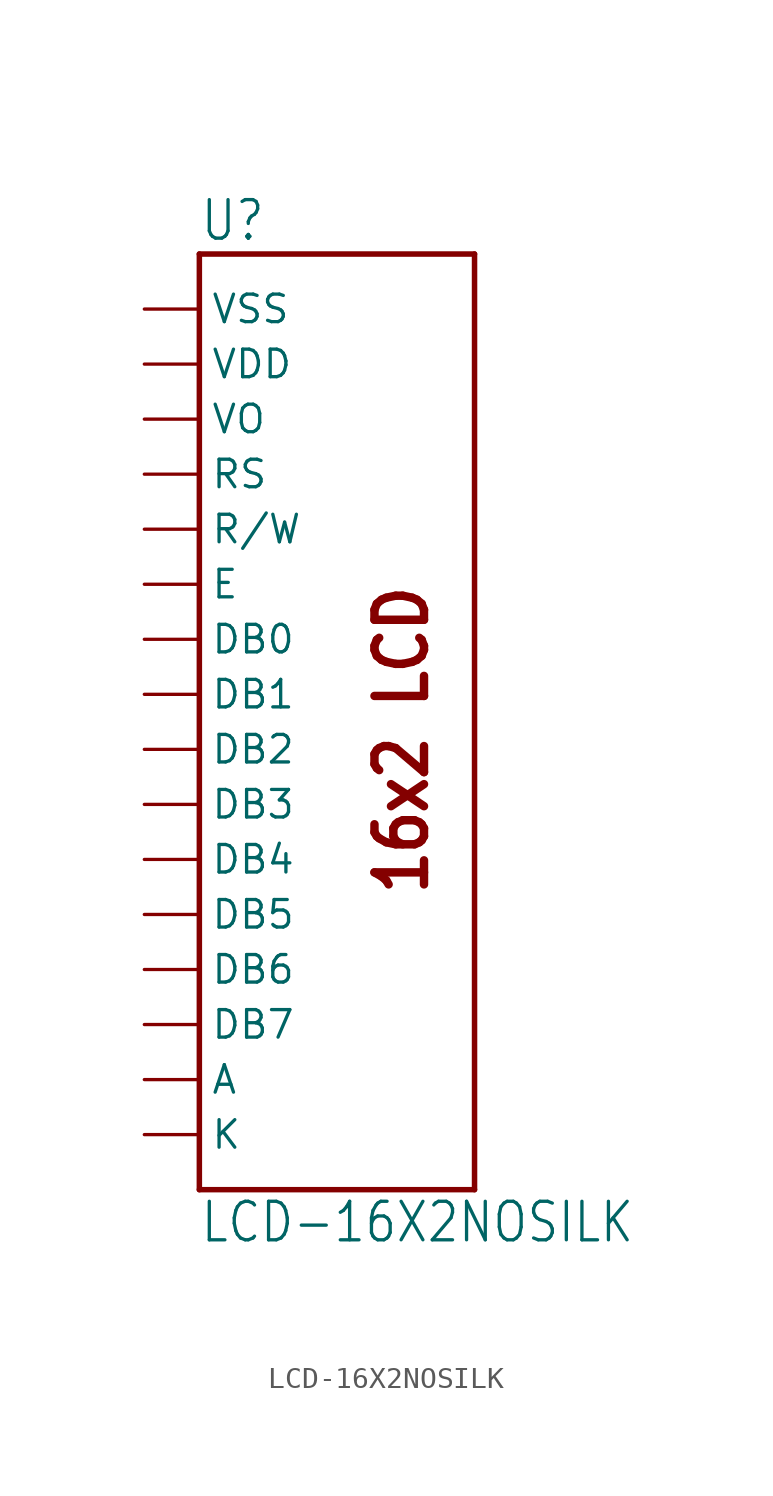
<source format=kicad_sym>
(kicad_symbol_lib
  (version 20211014)
  (generator kicad_symbol_editor)
  (symbol "LCD-16X2NOSILK"
    (property "Reference" "U"
      (at -7.62 23.368 0)
      (effects (font (size 1.778 1.511)) (justify left bottom)))
    (property "Value" "LCD-16X2NOSILK"
      (at -7.62 -22.86 0)
      (effects (font (size 1.778 1.511)) (justify left bottom)))
    (property "ki_locked" ""
      (at 0 0 0)
      (effects (font (size 1.27 1.27))))
    (symbol "LCD-16X2NOSILK_1_0"
      (polyline (pts (xy -7.62 -20.32) (xy 5.08 -20.32)) (stroke (width 0.254) (type default) (color 0 0 0 0)) (fill (type none)))
      (polyline (pts (xy -7.62 22.86) (xy -7.62 -20.32)) (stroke (width 0.254) (type default) (color 0 0 0 0)) (fill (type none)))
      (polyline (pts (xy 5.08 -20.32) (xy 5.08 22.86)) (stroke (width 0.254) (type default) (color 0 0 0 0)) (fill (type none)))
      (polyline (pts (xy 5.08 22.86) (xy -7.62 22.86)) (stroke (width 0.254) (type default) (color 0 0 0 0)) (fill (type none)))
      (text "16x2 LCD" (at 3.048 -6.858 900) (effects (font (size 2.286 1.943) (thickness 0.389) bold) (justify left bottom)))
      (pin power_in line (at -10.16 20.32 0) (length 2.54) (name "VSS" (effects (font (size 1.27 1.27)))) (number "1" (effects (font (size 0 0)))))
      (pin bidirectional line (at -10.16 -2.54 0) (length 2.54) (name "DB3" (effects (font (size 1.27 1.27)))) (number "10" (effects (font (size 0 0)))))
      (pin bidirectional line (at -10.16 -5.08 0) (length 2.54) (name "DB4" (effects (font (size 1.27 1.27)))) (number "11" (effects (font (size 0 0)))))
      (pin bidirectional line (at -10.16 -7.62 0) (length 2.54) (name "DB5" (effects (font (size 1.27 1.27)))) (number "12" (effects (font (size 0 0)))))
      (pin bidirectional line (at -10.16 -10.16 0) (length 2.54) (name "DB6" (effects (font (size 1.27 1.27)))) (number "13" (effects (font (size 0 0)))))
      (pin bidirectional line (at -10.16 -12.7 0) (length 2.54) (name "DB7" (effects (font (size 1.27 1.27)))) (number "14" (effects (font (size 0 0)))))
      (pin power_in line (at -10.16 -15.24 0) (length 2.54) (name "A" (effects (font (size 1.27 1.27)))) (number "15" (effects (font (size 0 0)))))
      (pin power_in line (at -10.16 -17.78 0) (length 2.54) (name "K" (effects (font (size 1.27 1.27)))) (number "16" (effects (font (size 0 0)))))
      (pin power_in line (at -10.16 17.78 0) (length 2.54) (name "VDD" (effects (font (size 1.27 1.27)))) (number "2" (effects (font (size 0 0)))))
      (pin bidirectional line (at -10.16 15.24 0) (length 2.54) (name "VO" (effects (font (size 1.27 1.27)))) (number "3" (effects (font (size 0 0)))))
      (pin input line (at -10.16 12.7 0) (length 2.54) (name "RS" (effects (font (size 1.27 1.27)))) (number "4" (effects (font (size 0 0)))))
      (pin input line (at -10.16 10.16 0) (length 2.54) (name "R/W" (effects (font (size 1.27 1.27)))) (number "5" (effects (font (size 0 0)))))
      (pin input line (at -10.16 7.62 0) (length 2.54) (name "E" (effects (font (size 1.27 1.27)))) (number "6" (effects (font (size 0 0)))))
      (pin bidirectional line (at -10.16 5.08 0) (length 2.54) (name "DB0" (effects (font (size 1.27 1.27)))) (number "7" (effects (font (size 0 0)))))
      (pin bidirectional line (at -10.16 2.54 0) (length 2.54) (name "DB1" (effects (font (size 1.27 1.27)))) (number "8" (effects (font (size 0 0)))))
      (pin bidirectional line (at -10.16 0 0) (length 2.54) (name "DB2" (effects (font (size 1.27 1.27)))) (number "9" (effects (font (size 0 0))))))))
</source>
